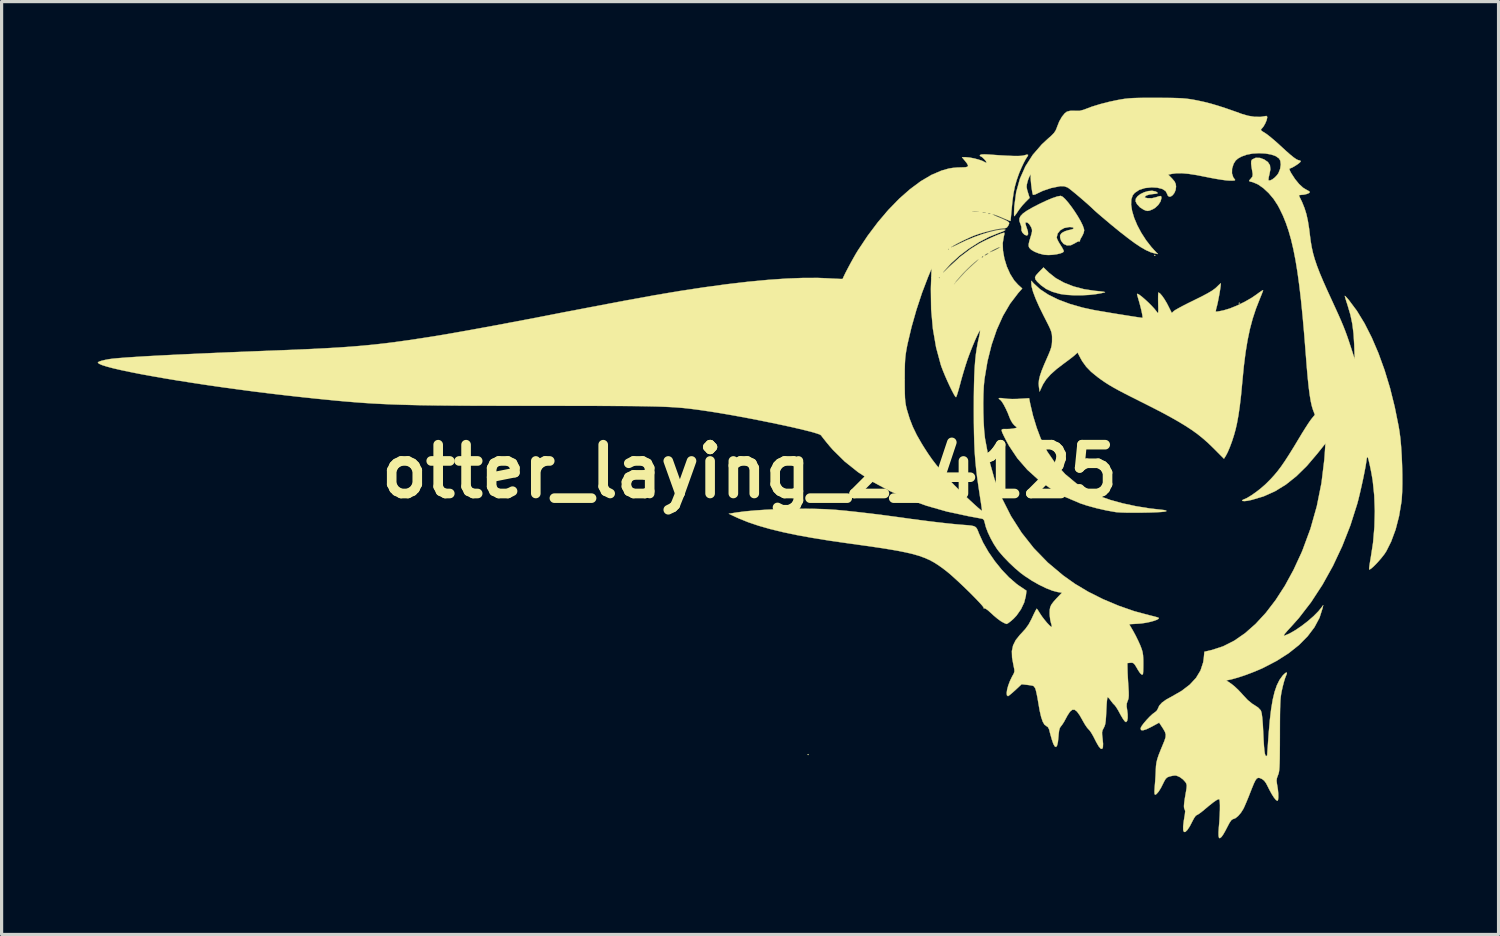
<source format=kicad_pcb>
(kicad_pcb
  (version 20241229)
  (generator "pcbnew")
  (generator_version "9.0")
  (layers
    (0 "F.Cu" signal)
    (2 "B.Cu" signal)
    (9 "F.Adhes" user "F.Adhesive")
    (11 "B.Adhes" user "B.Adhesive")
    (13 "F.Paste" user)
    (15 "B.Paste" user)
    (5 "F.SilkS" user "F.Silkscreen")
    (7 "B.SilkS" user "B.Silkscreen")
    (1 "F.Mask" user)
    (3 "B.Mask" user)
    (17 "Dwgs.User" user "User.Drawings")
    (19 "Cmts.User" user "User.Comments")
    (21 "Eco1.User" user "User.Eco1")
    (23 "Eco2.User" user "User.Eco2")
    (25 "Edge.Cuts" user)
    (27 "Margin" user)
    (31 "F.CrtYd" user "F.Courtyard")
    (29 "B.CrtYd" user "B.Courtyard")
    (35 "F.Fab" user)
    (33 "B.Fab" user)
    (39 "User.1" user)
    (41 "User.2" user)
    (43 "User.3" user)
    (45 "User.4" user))
  (footprint "otter_laying_2_4125"
    (layer "F.Cu")
    (at 20.357 11.67)
    (property "Reference" "otter_laying_2_4125" (at 0 0 0) (layer "F.SilkS") (effects (font (size 1.524 1.524) (thickness 0.3))))
    (attr through_hole)
    (fp_poly (pts (xy 1.841 8.842) (xy 1.826 8.858) (xy 1.81 8.842) (xy 1.826 8.826) (xy 1.841 8.842)) (stroke (width 0.01) (type solid)) (fill yes) (layer "F.SilkS"))
    (fp_poly (pts (xy 12.668 -6.747) (xy 12.652 -6.731) (xy 12.636 -6.747) (xy 12.652 -6.763) (xy 12.668 -6.747)) (stroke (width 0.01) (type solid)) (fill yes) (layer "F.SilkS"))
    (fp_poly (pts (xy 15.303 -5.255) (xy 15.288 -5.239) (xy 15.272 -5.255) (xy 15.288 -5.271) (xy 15.303 -5.255)) (stroke (width 0.01) (type solid)) (fill yes) (layer "F.SilkS"))
    (fp_poly (pts (xy 9.348 -6.203) (xy 9.557 -6.037) (xy 9.817 -5.893) (xy 10.116 -5.776) (xy 10.442 -5.69) (xy 10.785 -5.638) (xy 10.836 -5.634) (xy 10.958 -5.622) (xy 11.049 -5.61) (xy 11.096 -5.6) (xy 11.099 -5.596) (xy 11.062 -5.584) (xy 10.978 -5.565) (xy 10.863 -5.544) (xy 10.82 -5.537) (xy 10.607 -5.512) (xy 10.369 -5.5) (xy 10.127 -5.5) (xy 9.901 -5.513) (xy 9.714 -5.538) (xy 9.689 -5.543) (xy 9.451 -5.61) (xy 9.258 -5.699) (xy 9.094 -5.817) (xy 9.083 -5.828) (xy 8.979 -5.926) (xy 8.923 -5.999) (xy 8.912 -6.061) (xy 8.945 -6.126) (xy 9.02 -6.209) (xy 9.03 -6.22) (xy 9.176 -6.369) (xy 9.348 -6.203)) (stroke (width 0.01) (type solid)) (fill yes) (layer "F.SilkS"))
    (fp_poly (pts (xy 12.675 -8.742) (xy 12.715 -8.72) (xy 12.742 -8.695) (xy 12.731 -8.68) (xy 12.674 -8.669) (xy 12.593 -8.661) (xy 12.481 -8.645) (xy 12.394 -8.618) (xy 12.363 -8.598) (xy 12.338 -8.566) (xy 12.356 -8.547) (xy 12.427 -8.532) (xy 12.431 -8.531) (xy 12.558 -8.53) (xy 12.68 -8.558) (xy 12.779 -8.59) (xy 12.832 -8.599) (xy 12.854 -8.583) (xy 12.859 -8.54) (xy 12.859 -8.537) (xy 12.832 -8.432) (xy 12.761 -8.323) (xy 12.662 -8.23) (xy 12.592 -8.188) (xy 12.497 -8.148) (xy 12.432 -8.134) (xy 12.372 -8.144) (xy 12.303 -8.173) (xy 12.189 -8.246) (xy 12.097 -8.345) (xy 12.052 -8.433) (xy 12.058 -8.513) (xy 12.113 -8.591) (xy 12.205 -8.661) (xy 12.321 -8.717) (xy 12.446 -8.753) (xy 12.569 -8.763) (xy 12.675 -8.742)) (stroke (width 0.01) (type solid)) (fill yes) (layer "F.SilkS"))
    (fp_poly (pts (xy 7.882 -2.288) (xy 7.945 -2.278) (xy 8.054 -2.266) (xy 8.2 -2.261) (xy 8.358 -2.263) (xy 8.419 -2.267) (xy 8.727 -2.286) (xy 8.763 -2.103) (xy 8.849 -1.738) (xy 8.963 -1.365) (xy 9.088 -1.032) (xy 9.294 -0.62) (xy 9.55 -0.247) (xy 9.853 0.085) (xy 10.199 0.373) (xy 10.588 0.615) (xy 10.929 0.773) (xy 11.264 0.892) (xy 11.647 0.997) (xy 12.062 1.086) (xy 12.496 1.156) (xy 12.823 1.193) (xy 12.942 1.207) (xy 13.004 1.221) (xy 13.015 1.237) (xy 13.002 1.246) (xy 12.951 1.257) (xy 12.848 1.267) (xy 12.703 1.275) (xy 12.529 1.282) (xy 12.335 1.286) (xy 12.134 1.289) (xy 11.936 1.289) (xy 11.753 1.287) (xy 11.596 1.282) (xy 11.475 1.274) (xy 11.432 1.27) (xy 11.139 1.218) (xy 10.824 1.146) (xy 10.52 1.062) (xy 10.327 0.998) (xy 9.861 0.8) (xy 9.427 0.556) (xy 9.028 0.27) (xy 8.671 -0.053) (xy 8.361 -0.41) (xy 8.103 -0.796) (xy 8.012 -0.964) (xy 7.936 -1.113) (xy 7.889 -1.214) (xy 7.869 -1.277) (xy 7.877 -1.31) (xy 7.912 -1.323) (xy 7.976 -1.324) (xy 8.011 -1.323) (xy 8.126 -1.326) (xy 8.229 -1.337) (xy 8.264 -1.344) (xy 8.353 -1.367) (xy 8.264 -1.442) (xy 8.201 -1.517) (xy 8.142 -1.623) (xy 8.115 -1.687) (xy 8.062 -1.824) (xy 7.999 -1.961) (xy 7.935 -2.084) (xy 7.877 -2.178) (xy 7.832 -2.23) (xy 7.823 -2.235) (xy 7.783 -2.267) (xy 7.779 -2.281) (xy 7.807 -2.292) (xy 7.882 -2.288)) (stroke (width 0.01) (type solid)) (fill yes) (layer "F.SilkS"))
    (fp_poly (pts (xy 2.038 1.169) (xy 2.382 1.18) (xy 2.686 1.2) (xy 2.715 1.202) (xy 3.041 1.233) (xy 3.411 1.273) (xy 3.804 1.319) (xy 4.201 1.369) (xy 4.584 1.42) (xy 4.758 1.444) (xy 5.048 1.485) (xy 5.354 1.525) (xy 5.661 1.564) (xy 5.957 1.599) (xy 6.227 1.629) (xy 6.46 1.652) (xy 6.62 1.666) (xy 6.796 1.679) (xy 6.92 1.692) (xy 7.004 1.71) (xy 7.059 1.74) (xy 7.096 1.785) (xy 7.128 1.854) (xy 7.16 1.937) (xy 7.288 2.22) (xy 7.456 2.513) (xy 7.655 2.801) (xy 7.873 3.072) (xy 8.102 3.312) (xy 8.33 3.509) (xy 8.417 3.572) (xy 8.644 3.724) (xy 8.625 3.886) (xy 8.573 4.093) (xy 8.473 4.304) (xy 8.334 4.501) (xy 8.242 4.599) (xy 8.152 4.678) (xy 8.076 4.736) (xy 8.029 4.762) (xy 8.025 4.763) (xy 7.975 4.746) (xy 7.895 4.705) (xy 7.841 4.673) (xy 7.743 4.602) (xy 7.629 4.507) (xy 7.531 4.417) (xy 7.444 4.339) (xy 7.373 4.288) (xy 7.33 4.273) (xy 7.328 4.274) (xy 7.307 4.277) (xy 7.312 4.264) (xy 7.297 4.233) (xy 7.242 4.165) (xy 7.154 4.069) (xy 7.041 3.951) (xy 6.909 3.817) (xy 6.765 3.676) (xy 6.617 3.534) (xy 6.471 3.398) (xy 6.336 3.275) (xy 6.217 3.172) (xy 6.155 3.121) (xy 6.014 3.013) (xy 5.88 2.919) (xy 5.747 2.835) (xy 5.608 2.761) (xy 5.458 2.696) (xy 5.292 2.636) (xy 5.102 2.581) (xy 4.885 2.53) (xy 4.633 2.479) (xy 4.342 2.429) (xy 4.005 2.376) (xy 3.617 2.32) (xy 3.172 2.258) (xy 3.143 2.254) (xy 2.531 2.167) (xy 1.978 2.078) (xy 1.48 1.988) (xy 1.033 1.894) (xy 0.632 1.796) (xy 0.273 1.693) (xy -0.047 1.585) (xy -0.334 1.469) (xy -0.429 1.426) (xy -0.651 1.321) (xy -0.407 1.282) (xy -0.144 1.248) (xy 0.169 1.219) (xy 0.52 1.196) (xy 0.895 1.179) (xy 1.282 1.169) (xy 1.667 1.165) (xy 2.038 1.169)) (stroke (width 0.01) (type solid)) (fill yes) (layer "F.SilkS"))
    (fp_poly (pts (xy 9.772 -8.578) (xy 9.852 -8.505) (xy 9.947 -8.396) (xy 10.05 -8.262) (xy 10.154 -8.113) (xy 10.252 -7.959) (xy 10.337 -7.811) (xy 10.402 -7.678) (xy 10.439 -7.571) (xy 10.446 -7.524) (xy 10.428 -7.443) (xy 10.384 -7.349) (xy 10.369 -7.325) (xy 10.327 -7.251) (xy 10.311 -7.199) (xy 10.314 -7.189) (xy 10.313 -7.179) (xy 10.3 -7.185) (xy 10.255 -7.18) (xy 10.184 -7.144) (xy 10.159 -7.127) (xy 10.031 -7.063) (xy 9.909 -7.057) (xy 9.804 -7.104) (xy 9.727 -7.201) (xy 9.697 -7.291) (xy 9.694 -7.37) (xy 9.731 -7.429) (xy 9.76 -7.453) (xy 9.843 -7.498) (xy 9.952 -7.533) (xy 9.987 -7.539) (xy 10.083 -7.564) (xy 10.119 -7.593) (xy 10.096 -7.619) (xy 10.014 -7.63) (xy 9.974 -7.63) (xy 9.821 -7.6) (xy 9.698 -7.529) (xy 9.618 -7.428) (xy 9.588 -7.304) (xy 9.606 -7.248) (xy 9.65 -7.161) (xy 9.7 -7.08) (xy 9.758 -6.987) (xy 9.798 -6.911) (xy 9.811 -6.874) (xy 9.782 -6.839) (xy 9.704 -6.808) (xy 9.593 -6.782) (xy 9.463 -6.764) (xy 9.331 -6.757) (xy 9.21 -6.764) (xy 9.184 -6.768) (xy 9.037 -6.805) (xy 8.901 -6.859) (xy 8.793 -6.922) (xy 8.731 -6.986) (xy 8.73 -6.987) (xy 8.713 -7.036) (xy 8.714 -7.098) (xy 8.734 -7.19) (xy 8.765 -7.292) (xy 8.801 -7.412) (xy 8.818 -7.491) (xy 8.818 -7.548) (xy 8.801 -7.601) (xy 8.785 -7.637) (xy 8.73 -7.723) (xy 8.672 -7.772) (xy 8.623 -7.774) (xy 8.615 -7.768) (xy 8.614 -7.73) (xy 8.635 -7.656) (xy 8.648 -7.621) (xy 8.689 -7.493) (xy 8.695 -7.407) (xy 8.666 -7.368) (xy 8.652 -7.366) (xy 8.583 -7.392) (xy 8.522 -7.453) (xy 8.488 -7.525) (xy 8.488 -7.563) (xy 8.486 -7.634) (xy 8.459 -7.722) (xy 8.455 -7.731) (xy 8.424 -7.819) (xy 8.424 -7.898) (xy 8.46 -7.975) (xy 8.536 -8.054) (xy 8.657 -8.14) (xy 8.829 -8.239) (xy 9.04 -8.348) (xy 9.265 -8.455) (xy 9.456 -8.535) (xy 9.606 -8.585) (xy 9.71 -8.604) (xy 9.714 -8.604) (xy 9.772 -8.578)) (stroke (width 0.01) (type solid)) (fill yes) (layer "F.SilkS"))
    (fp_poly (pts (xy 8.867 -5.874) (xy 9.068 -5.689) (xy 9.326 -5.519) (xy 9.637 -5.365) (xy 9.997 -5.23) (xy 10.402 -5.114) (xy 10.716 -5.046) (xy 10.81 -5.028) (xy 10.947 -5.005) (xy 11.113 -4.977) (xy 11.3 -4.945) (xy 11.496 -4.913) (xy 11.691 -4.882) (xy 11.873 -4.853) (xy 12.033 -4.828) (xy 12.159 -4.809) (xy 12.241 -4.797) (xy 12.267 -4.794) (xy 12.271 -4.822) (xy 12.26 -4.898) (xy 12.238 -5.005) (xy 12.208 -5.132) (xy 12.173 -5.262) (xy 12.16 -5.307) (xy 12.129 -5.415) (xy 12.106 -5.498) (xy 12.097 -5.538) (xy 12.097 -5.539) (xy 12.117 -5.545) (xy 12.172 -5.513) (xy 12.252 -5.452) (xy 12.347 -5.37) (xy 12.45 -5.275) (xy 12.55 -5.175) (xy 12.638 -5.08) (xy 12.705 -4.996) (xy 12.713 -4.985) (xy 12.736 -4.953) (xy 12.751 -4.946) (xy 12.759 -4.974) (xy 12.761 -5.044) (xy 12.759 -5.164) (xy 12.757 -5.247) (xy 12.755 -5.385) (xy 12.756 -5.497) (xy 12.76 -5.568) (xy 12.765 -5.588) (xy 12.81 -5.561) (xy 12.874 -5.49) (xy 12.948 -5.385) (xy 13.024 -5.259) (xy 13.065 -5.18) (xy 13.182 -4.947) (xy 13.25 -5.011) (xy 13.3 -5.044) (xy 13.396 -5.099) (xy 13.53 -5.171) (xy 13.691 -5.253) (xy 13.869 -5.34) (xy 13.882 -5.347) (xy 14.119 -5.464) (xy 14.303 -5.562) (xy 14.441 -5.644) (xy 14.537 -5.714) (xy 14.573 -5.746) (xy 14.644 -5.815) (xy 14.694 -5.862) (xy 14.711 -5.874) (xy 14.712 -5.845) (xy 14.704 -5.769) (xy 14.688 -5.659) (xy 14.667 -5.531) (xy 14.642 -5.4) (xy 14.618 -5.278) (xy 14.596 -5.182) (xy 14.59 -5.161) (xy 14.566 -5.069) (xy 14.556 -5.006) (xy 14.557 -4.99) (xy 14.592 -4.99) (xy 14.672 -5.003) (xy 14.781 -5.025) (xy 14.796 -5.028) (xy 14.997 -5.088) (xy 15.225 -5.181) (xy 15.458 -5.295) (xy 15.676 -5.42) (xy 15.825 -5.522) (xy 15.92 -5.592) (xy 15.992 -5.64) (xy 16.031 -5.659) (xy 16.034 -5.657) (xy 16.022 -5.619) (xy 15.991 -5.538) (xy 15.946 -5.427) (xy 15.925 -5.375) (xy 15.808 -5.076) (xy 15.707 -4.769) (xy 15.621 -4.446) (xy 15.548 -4.096) (xy 15.485 -3.712) (xy 15.431 -3.283) (xy 15.384 -2.8) (xy 15.382 -2.778) (xy 15.345 -2.384) (xy 15.305 -2.044) (xy 15.263 -1.751) (xy 15.216 -1.495) (xy 15.175 -1.315) (xy 15.124 -1.131) (xy 15.062 -0.938) (xy 14.994 -0.756) (xy 14.928 -0.601) (xy 14.87 -0.49) (xy 14.87 -0.49) (xy 14.811 -0.397) (xy 14.478 -0.731) (xy 14.32 -0.884) (xy 14.158 -1.027) (xy 13.988 -1.164) (xy 13.801 -1.298) (xy 13.592 -1.434) (xy 13.354 -1.577) (xy 13.081 -1.73) (xy 12.766 -1.898) (xy 12.402 -2.084) (xy 12.192 -2.189) (xy 11.918 -2.327) (xy 11.692 -2.442) (xy 11.506 -2.54) (xy 11.351 -2.626) (xy 11.219 -2.704) (xy 11.1 -2.78) (xy 10.986 -2.858) (xy 10.868 -2.944) (xy 10.867 -2.945) (xy 10.665 -3.109) (xy 10.51 -3.269) (xy 10.386 -3.441) (xy 10.329 -3.542) (xy 10.24 -3.712) (xy 10.16 -3.638) (xy 10.1 -3.587) (xy 10.003 -3.512) (xy 9.887 -3.425) (xy 9.827 -3.381) (xy 9.588 -3.199) (xy 9.402 -3.033) (xy 9.263 -2.878) (xy 9.165 -2.727) (xy 9.143 -2.683) (xy 9.055 -2.492) (xy 9.034 -2.635) (xy 9.026 -2.743) (xy 9.036 -2.857) (xy 9.067 -2.988) (xy 9.121 -3.148) (xy 9.202 -3.347) (xy 9.262 -3.483) (xy 9.335 -3.651) (xy 9.386 -3.776) (xy 9.418 -3.873) (xy 9.436 -3.958) (xy 9.443 -4.044) (xy 9.444 -4.119) (xy 9.444 -4.203) (xy 9.439 -4.273) (xy 9.425 -4.341) (xy 9.399 -4.418) (xy 9.356 -4.515) (xy 9.292 -4.644) (xy 9.204 -4.817) (xy 9.187 -4.849) (xy 9.043 -5.141) (xy 8.931 -5.394) (xy 8.851 -5.606) (xy 8.806 -5.772) (xy 8.796 -5.869) (xy 8.797 -5.953) (xy 8.867 -5.874)) (stroke (width 0.01) (type solid)) (fill yes) (layer "F.SilkS"))
    (fp_poly (pts (xy 12.716 -11.665) (xy 12.98 -11.664) (xy 13.192 -11.662) (xy 13.362 -11.657) (xy 13.503 -11.651) (xy 13.624 -11.64) (xy 13.738 -11.626) (xy 13.854 -11.607) (xy 13.986 -11.582) (xy 13.989 -11.581) (xy 14.193 -11.537) (xy 14.402 -11.484) (xy 14.629 -11.417) (xy 14.884 -11.334) (xy 15.179 -11.231) (xy 15.365 -11.163) (xy 15.565 -11.105) (xy 15.767 -11.073) (xy 15.952 -11.07) (xy 16.073 -11.089) (xy 16.136 -11.1) (xy 16.159 -11.077) (xy 16.161 -11.048) (xy 16.143 -10.967) (xy 16.099 -10.864) (xy 16.042 -10.765) (xy 15.988 -10.701) (xy 15.964 -10.673) (xy 15.976 -10.644) (xy 16.032 -10.604) (xy 16.08 -10.576) (xy 16.158 -10.523) (xy 16.267 -10.437) (xy 16.395 -10.329) (xy 16.528 -10.211) (xy 16.55 -10.19) (xy 16.734 -10.021) (xy 16.878 -9.894) (xy 16.989 -9.804) (xy 17.072 -9.747) (xy 17.13 -9.72) (xy 17.156 -9.716) (xy 17.201 -9.699) (xy 17.209 -9.683) (xy 17.183 -9.649) (xy 17.12 -9.598) (xy 17.037 -9.543) (xy 16.953 -9.494) (xy 16.887 -9.465) (xy 16.868 -9.461) (xy 16.853 -9.441) (xy 16.875 -9.378) (xy 16.911 -9.311) (xy 17.03 -9.128) (xy 17.157 -8.973) (xy 17.282 -8.858) (xy 17.368 -8.805) (xy 17.444 -8.764) (xy 17.489 -8.731) (xy 17.493 -8.723) (xy 17.466 -8.692) (xy 17.397 -8.663) (xy 17.307 -8.642) (xy 17.236 -8.636) (xy 17.173 -8.629) (xy 17.152 -8.613) (xy 17.152 -8.612) (xy 17.25 -8.411) (xy 17.326 -8.223) (xy 17.385 -8.034) (xy 17.431 -7.825) (xy 17.47 -7.58) (xy 17.494 -7.382) (xy 17.52 -7.182) (xy 17.552 -6.995) (xy 17.593 -6.812) (xy 17.646 -6.625) (xy 17.714 -6.425) (xy 17.799 -6.202) (xy 17.906 -5.948) (xy 18.036 -5.655) (xy 18.169 -5.366) (xy 18.291 -5.1) (xy 18.391 -4.88) (xy 18.472 -4.695) (xy 18.54 -4.533) (xy 18.599 -4.383) (xy 18.654 -4.234) (xy 18.709 -4.074) (xy 18.769 -3.891) (xy 18.77 -3.889) (xy 18.893 -3.508) (xy 18.879 -3.953) (xy 18.858 -4.297) (xy 18.82 -4.602) (xy 18.76 -4.889) (xy 18.674 -5.18) (xy 18.67 -5.194) (xy 18.63 -5.317) (xy 18.601 -5.414) (xy 18.586 -5.472) (xy 18.585 -5.483) (xy 18.608 -5.465) (xy 18.659 -5.411) (xy 18.711 -5.35) (xy 18.962 -5.014) (xy 19.201 -4.622) (xy 19.426 -4.178) (xy 19.635 -3.69) (xy 19.826 -3.163) (xy 19.996 -2.605) (xy 20.142 -2.019) (xy 20.264 -1.414) (xy 20.291 -1.25) (xy 20.319 -1.039) (xy 20.342 -0.785) (xy 20.36 -0.501) (xy 20.373 -0.201) (xy 20.38 0.099) (xy 20.381 0.386) (xy 20.375 0.645) (xy 20.362 0.862) (xy 20.354 0.944) (xy 20.279 1.395) (xy 20.171 1.814) (xy 20.031 2.192) (xy 19.881 2.491) (xy 19.82 2.584) (xy 19.739 2.688) (xy 19.647 2.796) (xy 19.554 2.897) (xy 19.469 2.981) (xy 19.399 3.04) (xy 19.355 3.064) (xy 19.345 3.059) (xy 19.345 3.014) (xy 19.357 2.922) (xy 19.377 2.797) (xy 19.395 2.694) (xy 19.467 2.226) (xy 19.509 1.734) (xy 19.522 1.237) (xy 19.504 0.751) (xy 19.457 0.294) (xy 19.418 0.064) (xy 19.387 -0.095) (xy 19.356 -0.237) (xy 19.33 -0.347) (xy 19.312 -0.411) (xy 19.311 -0.413) (xy 19.293 -0.451) (xy 19.28 -0.447) (xy 19.268 -0.393) (xy 19.258 -0.318) (xy 19.235 -0.172) (xy 19.199 0.019) (xy 19.155 0.237) (xy 19.105 0.466) (xy 19.054 0.689) (xy 19.005 0.889) (xy 18.972 1.013) (xy 18.759 1.684) (xy 18.504 2.333) (xy 18.212 2.954) (xy 17.886 3.54) (xy 17.53 4.085) (xy 17.148 4.58) (xy 16.903 4.854) (xy 16.787 4.98) (xy 16.714 5.066) (xy 16.682 5.115) (xy 16.688 5.13) (xy 16.701 5.128) (xy 16.855 5.064) (xy 17.035 4.961) (xy 17.229 4.83) (xy 17.423 4.681) (xy 17.603 4.525) (xy 17.756 4.371) (xy 17.84 4.27) (xy 17.911 4.175) (xy 17.892 4.264) (xy 17.796 4.567) (xy 17.638 4.863) (xy 17.423 5.148) (xy 17.153 5.42) (xy 16.83 5.677) (xy 16.457 5.915) (xy 16.037 6.133) (xy 15.913 6.189) (xy 15.692 6.28) (xy 15.464 6.365) (xy 15.248 6.436) (xy 15.063 6.488) (xy 15.006 6.501) (xy 14.884 6.526) (xy 15.046 6.636) (xy 15.142 6.713) (xy 15.257 6.821) (xy 15.369 6.94) (xy 15.4 6.976) (xy 15.555 7.141) (xy 15.703 7.261) (xy 15.758 7.294) (xy 15.877 7.372) (xy 15.955 7.455) (xy 15.967 7.476) (xy 15.989 7.556) (xy 16.008 7.698) (xy 16.025 7.902) (xy 16.037 8.143) (xy 16.049 8.39) (xy 16.061 8.579) (xy 16.074 8.718) (xy 16.088 8.811) (xy 16.105 8.866) (xy 16.125 8.889) (xy 16.133 8.89) (xy 16.16 8.866) (xy 16.161 8.859) (xy 16.163 8.819) (xy 16.169 8.726) (xy 16.179 8.588) (xy 16.191 8.417) (xy 16.205 8.222) (xy 16.21 8.152) (xy 16.245 7.753) (xy 16.286 7.412) (xy 16.335 7.123) (xy 16.393 6.881) (xy 16.462 6.681) (xy 16.543 6.516) (xy 16.638 6.383) (xy 16.66 6.358) (xy 16.73 6.293) (xy 16.77 6.278) (xy 16.776 6.311) (xy 16.746 6.385) (xy 16.719 6.456) (xy 16.684 6.569) (xy 16.648 6.707) (xy 16.63 6.786) (xy 16.611 6.873) (xy 16.596 6.956) (xy 16.584 7.044) (xy 16.575 7.143) (xy 16.569 7.263) (xy 16.564 7.412) (xy 16.561 7.596) (xy 16.559 7.826) (xy 16.558 8.107) (xy 16.558 8.223) (xy 16.557 8.524) (xy 16.555 8.769) (xy 16.553 8.964) (xy 16.549 9.116) (xy 16.544 9.232) (xy 16.537 9.32) (xy 16.528 9.385) (xy 16.516 9.435) (xy 16.501 9.477) (xy 16.497 9.487) (xy 16.464 9.578) (xy 16.454 9.658) (xy 16.466 9.758) (xy 16.474 9.802) (xy 16.495 9.934) (xy 16.507 10.063) (xy 16.508 10.175) (xy 16.5 10.254) (xy 16.481 10.287) (xy 16.48 10.287) (xy 16.435 10.259) (xy 16.373 10.184) (xy 16.301 10.07) (xy 16.224 9.929) (xy 16.192 9.864) (xy 16.127 9.738) (xy 16.068 9.657) (xy 16.003 9.607) (xy 15.982 9.596) (xy 15.924 9.572) (xy 15.876 9.568) (xy 15.835 9.591) (xy 15.793 9.648) (xy 15.745 9.746) (xy 15.685 9.892) (xy 15.639 10.009) (xy 15.576 10.169) (xy 15.512 10.324) (xy 15.456 10.454) (xy 15.417 10.537) (xy 15.342 10.656) (xy 15.254 10.759) (xy 15.165 10.83) (xy 15.089 10.858) (xy 15.087 10.859) (xy 15.042 10.889) (xy 14.981 10.978) (xy 14.912 11.11) (xy 14.849 11.231) (xy 14.789 11.335) (xy 14.741 11.404) (xy 14.73 11.416) (xy 14.684 11.452) (xy 14.661 11.444) (xy 14.649 11.416) (xy 14.642 11.358) (xy 14.642 11.259) (xy 14.65 11.139) (xy 14.65 11.134) (xy 14.667 10.939) (xy 14.678 10.748) (xy 14.685 10.573) (xy 14.686 10.424) (xy 14.681 10.312) (xy 14.67 10.247) (xy 14.664 10.236) (xy 14.63 10.237) (xy 14.568 10.27) (xy 14.474 10.336) (xy 14.343 10.44) (xy 14.194 10.565) (xy 14.098 10.643) (xy 14.017 10.701) (xy 13.965 10.73) (xy 13.958 10.732) (xy 13.925 10.758) (xy 13.877 10.828) (xy 13.828 10.919) (xy 13.742 11.085) (xy 13.667 11.197) (xy 13.607 11.255) (xy 13.564 11.258) (xy 13.539 11.205) (xy 13.537 11.094) (xy 13.542 11.038) (xy 13.558 10.907) (xy 13.578 10.781) (xy 13.59 10.717) (xy 13.601 10.607) (xy 13.583 10.55) (xy 13.567 10.513) (xy 13.562 10.45) (xy 13.57 10.352) (xy 13.59 10.209) (xy 13.623 10.013) (xy 13.624 10.013) (xy 13.643 9.891) (xy 13.649 9.812) (xy 13.639 9.757) (xy 13.613 9.707) (xy 13.609 9.702) (xy 13.533 9.618) (xy 13.434 9.545) (xy 13.334 9.501) (xy 13.287 9.494) (xy 13.214 9.502) (xy 13.12 9.523) (xy 13.112 9.525) (xy 13.044 9.551) (xy 12.993 9.597) (xy 12.945 9.678) (xy 12.914 9.741) (xy 12.84 9.887) (xy 12.768 10.002) (xy 12.704 10.074) (xy 12.661 10.097) (xy 12.645 10.071) (xy 12.641 9.992) (xy 12.649 9.856) (xy 12.652 9.819) (xy 12.665 9.656) (xy 12.676 9.482) (xy 12.683 9.334) (xy 12.683 9.319) (xy 12.689 9.2) (xy 12.703 9.094) (xy 12.729 8.986) (xy 12.77 8.861) (xy 12.832 8.704) (xy 12.895 8.552) (xy 12.955 8.405) (xy 12.988 8.299) (xy 12.993 8.214) (xy 12.969 8.133) (xy 12.916 8.039) (xy 12.872 7.971) (xy 12.788 7.844) (xy 12.544 7.976) (xy 12.39 8.051) (xy 12.283 8.084) (xy 12.223 8.076) (xy 12.209 8.026) (xy 12.214 8.005) (xy 12.246 7.945) (xy 12.312 7.857) (xy 12.398 7.757) (xy 12.492 7.658) (xy 12.579 7.577) (xy 12.645 7.528) (xy 12.646 7.528) (xy 12.712 7.473) (xy 12.745 7.415) (xy 12.791 7.313) (xy 12.88 7.216) (xy 13.018 7.118) (xy 13.172 7.035) (xy 13.489 6.853) (xy 13.745 6.657) (xy 13.941 6.445) (xy 14.08 6.214) (xy 14.162 5.964) (xy 14.182 5.827) (xy 14.2 5.631) (xy 14.426 5.578) (xy 14.781 5.463) (xy 15.13 5.287) (xy 15.47 5.052) (xy 15.801 4.76) (xy 16.12 4.414) (xy 16.425 4.016) (xy 16.714 3.569) (xy 16.984 3.074) (xy 17.234 2.533) (xy 17.265 2.459) (xy 17.513 1.787) (xy 17.711 1.085) (xy 17.856 0.363) (xy 17.945 -0.367) (xy 17.959 -0.556) (xy 17.98 -0.873) (xy 17.723 -0.551) (xy 17.399 -0.171) (xy 17.074 0.148) (xy 16.744 0.411) (xy 16.404 0.62) (xy 16.051 0.778) (xy 15.678 0.889) (xy 15.545 0.917) (xy 15.454 0.927) (xy 15.394 0.922) (xy 15.376 0.906) (xy 15.407 0.883) (xy 15.438 0.871) (xy 15.536 0.827) (xy 15.666 0.748) (xy 15.812 0.646) (xy 15.961 0.53) (xy 16.098 0.411) (xy 16.132 0.378) (xy 16.26 0.25) (xy 16.377 0.123) (xy 16.488 -0.01) (xy 16.6 -0.158) (xy 16.718 -0.33) (xy 16.849 -0.533) (xy 17 -0.776) (xy 17.144 -1.016) (xy 17.246 -1.185) (xy 17.346 -1.345) (xy 17.435 -1.484) (xy 17.506 -1.588) (xy 17.544 -1.639) (xy 17.65 -1.769) (xy 17.591 -1.924) (xy 17.556 -2.037) (xy 17.523 -2.186) (xy 17.491 -2.375) (xy 17.46 -2.609) (xy 17.43 -2.892) (xy 17.4 -3.229) (xy 17.369 -3.625) (xy 17.368 -3.635) (xy 17.319 -4.262) (xy 17.269 -4.83) (xy 17.218 -5.342) (xy 17.164 -5.804) (xy 17.107 -6.22) (xy 17.046 -6.594) (xy 16.98 -6.931) (xy 16.909 -7.234) (xy 16.831 -7.508) (xy 16.746 -7.757) (xy 16.653 -7.987) (xy 16.55 -8.2) (xy 16.49 -8.312) (xy 16.36 -8.511) (xy 16.207 -8.692) (xy 16.041 -8.846) (xy 15.874 -8.962) (xy 15.716 -9.03) (xy 15.685 -9.038) (xy 15.613 -9.055) (xy 15.596 -9.078) (xy 15.631 -9.122) (xy 15.656 -9.148) (xy 15.701 -9.209) (xy 15.709 -9.284) (xy 15.702 -9.33) (xy 15.674 -9.495) (xy 15.66 -9.608) (xy 15.662 -9.682) (xy 15.679 -9.726) (xy 15.692 -9.74) (xy 15.802 -9.792) (xy 15.936 -9.789) (xy 16.066 -9.741) (xy 16.183 -9.66) (xy 16.247 -9.56) (xy 16.26 -9.431) (xy 16.231 -9.28) (xy 16.208 -9.183) (xy 16.2 -9.112) (xy 16.205 -9.089) (xy 16.25 -9.084) (xy 16.32 -9.117) (xy 16.399 -9.178) (xy 16.471 -9.254) (xy 16.511 -9.311) (xy 16.565 -9.446) (xy 16.586 -9.582) (xy 16.571 -9.701) (xy 16.532 -9.772) (xy 16.431 -9.844) (xy 16.283 -9.896) (xy 16.104 -9.927) (xy 15.908 -9.937) (xy 15.709 -9.926) (xy 15.522 -9.891) (xy 15.361 -9.833) (xy 15.248 -9.77) (xy 15.175 -9.705) (xy 15.12 -9.618) (xy 15.111 -9.601) (xy 15.064 -9.452) (xy 15.061 -9.307) (xy 15.101 -9.184) (xy 15.131 -9.142) (xy 15.158 -9.108) (xy 15.155 -9.09) (xy 15.112 -9.082) (xy 15.018 -9.081) (xy 14.992 -9.081) (xy 14.894 -9.087) (xy 14.749 -9.106) (xy 14.574 -9.134) (xy 14.383 -9.169) (xy 14.264 -9.193) (xy 13.96 -9.253) (xy 13.708 -9.292) (xy 13.5 -9.311) (xy 13.329 -9.31) (xy 13.196 -9.293) (xy 13.072 -9.267) (xy 13.192 -9.144) (xy 13.268 -9.055) (xy 13.305 -8.975) (xy 13.315 -8.894) (xy 13.302 -8.79) (xy 13.264 -8.698) (xy 13.211 -8.627) (xy 13.152 -8.585) (xy 13.096 -8.579) (xy 13.054 -8.618) (xy 13.039 -8.662) (xy 12.99 -8.754) (xy 12.885 -8.821) (xy 12.728 -8.86) (xy 12.554 -8.87) (xy 12.343 -8.848) (xy 12.164 -8.79) (xy 12.026 -8.698) (xy 11.964 -8.624) (xy 11.918 -8.495) (xy 11.912 -8.328) (xy 11.943 -8.132) (xy 12.008 -7.915) (xy 12.104 -7.686) (xy 12.228 -7.453) (xy 12.376 -7.223) (xy 12.544 -7.007) (xy 12.632 -6.91) (xy 12.748 -6.788) (xy 12.636 -6.811) (xy 12.516 -6.847) (xy 12.377 -6.91) (xy 12.216 -7.002) (xy 12.028 -7.127) (xy 11.81 -7.288) (xy 11.556 -7.486) (xy 11.264 -7.725) (xy 11.113 -7.853) (xy 10.992 -7.955) (xy 10.885 -8.047) (xy 10.805 -8.117) (xy 10.761 -8.157) (xy 10.761 -8.157) (xy 10.675 -8.239) (xy 10.563 -8.341) (xy 10.434 -8.454) (xy 10.299 -8.57) (xy 10.171 -8.678) (xy 10.058 -8.77) (xy 9.972 -8.837) (xy 9.928 -8.867) (xy 9.822 -8.905) (xy 9.697 -8.906) (xy 9.684 -8.904) (xy 9.414 -8.849) (xy 9.158 -8.763) (xy 9.023 -8.699) (xy 8.915 -8.647) (xy 8.855 -8.636) (xy 8.843 -8.646) (xy 8.825 -8.725) (xy 8.808 -8.835) (xy 8.792 -8.959) (xy 8.781 -9.079) (xy 8.775 -9.177) (xy 8.778 -9.235) (xy 8.78 -9.242) (xy 8.787 -9.266) (xy 8.768 -9.258) (xy 8.74 -9.217) (xy 8.705 -9.135) (xy 8.682 -9.064) (xy 8.655 -8.959) (xy 8.649 -8.881) (xy 8.664 -8.797) (xy 8.688 -8.716) (xy 8.743 -8.54) (xy 8.611 -8.409) (xy 8.513 -8.302) (xy 8.417 -8.179) (xy 8.379 -8.123) (xy 8.323 -8.04) (xy 8.28 -7.984) (xy 8.263 -7.969) (xy 8.257 -7.999) (xy 8.257 -8.078) (xy 8.261 -8.193) (xy 8.265 -8.279) (xy 8.324 -8.721) (xy 8.44 -9.138) (xy 8.612 -9.526) (xy 8.841 -9.885) (xy 9.125 -10.213) (xy 9.31 -10.384) (xy 9.426 -10.487) (xy 9.503 -10.567) (xy 9.553 -10.64) (xy 9.588 -10.72) (xy 9.603 -10.763) (xy 9.668 -10.927) (xy 9.751 -11.072) (xy 9.841 -11.183) (xy 9.907 -11.233) (xy 10.005 -11.259) (xy 10.142 -11.26) (xy 10.154 -11.259) (xy 10.306 -11.259) (xy 10.443 -11.296) (xy 10.472 -11.308) (xy 10.686 -11.389) (xy 10.947 -11.469) (xy 11.239 -11.544) (xy 11.493 -11.597) (xy 11.613 -11.619) (xy 11.724 -11.636) (xy 11.838 -11.648) (xy 11.965 -11.657) (xy 12.117 -11.662) (xy 12.303 -11.665) (xy 12.535 -11.665) (xy 12.716 -11.665)) (stroke (width 0.01) (type solid)) (fill yes) (layer "F.SilkS"))
    (fp_poly (pts (xy 7.486 -9.894) (xy 7.489 -9.893) (xy 7.793 -9.872) (xy 8.039 -9.858) (xy 8.234 -9.85) (xy 8.382 -9.849) (xy 8.489 -9.854) (xy 8.56 -9.866) (xy 8.575 -9.87) (xy 8.661 -9.893) (xy 8.697 -9.882) (xy 8.679 -9.84) (xy 8.675 -9.835) (xy 8.623 -9.756) (xy 8.558 -9.634) (xy 8.488 -9.486) (xy 8.422 -9.33) (xy 8.403 -9.281) (xy 8.333 -9.08) (xy 8.28 -8.888) (xy 8.24 -8.687) (xy 8.208 -8.456) (xy 8.188 -8.255) (xy 8.173 -8.098) (xy 8.161 -7.965) (xy 8.151 -7.87) (xy 8.145 -7.822) (xy 8.145 -7.819) (xy 8.116 -7.828) (xy 8.042 -7.857) (xy 7.938 -7.9) (xy 7.888 -7.922) (xy 7.768 -7.972) (xy 7.666 -8.01) (xy 7.6 -8.03) (xy 7.588 -8.031) (xy 7.592 -8.021) (xy 7.645 -7.993) (xy 7.735 -7.953) (xy 7.763 -7.942) (xy 7.882 -7.893) (xy 7.985 -7.846) (xy 8.052 -7.812) (xy 8.054 -7.81) (xy 8.099 -7.774) (xy 8.103 -7.735) (xy 8.077 -7.677) (xy 8.032 -7.615) (xy 7.968 -7.591) (xy 7.913 -7.588) (xy 7.817 -7.578) (xy 7.678 -7.553) (xy 7.513 -7.515) (xy 7.34 -7.47) (xy 7.174 -7.421) (xy 7.035 -7.373) (xy 7.018 -7.367) (xy 6.895 -7.315) (xy 6.755 -7.25) (xy 6.611 -7.181) (xy 6.478 -7.113) (xy 6.371 -7.054) (xy 6.302 -7.011) (xy 6.29 -7.001) (xy 6.298 -6.997) (xy 6.353 -7.019) (xy 6.444 -7.062) (xy 6.544 -7.112) (xy 6.772 -7.219) (xy 7.014 -7.319) (xy 7.259 -7.407) (xy 7.493 -7.478) (xy 7.703 -7.529) (xy 7.876 -7.554) (xy 7.93 -7.557) (xy 7.984 -7.549) (xy 7.976 -7.529) (xy 7.908 -7.494) (xy 7.78 -7.447) (xy 7.779 -7.447) (xy 7.474 -7.323) (xy 7.156 -7.155) (xy 6.842 -6.954) (xy 6.55 -6.733) (xy 6.297 -6.502) (xy 6.254 -6.456) (xy 6.141 -6.333) (xy 6.068 -6.25) (xy 6.036 -6.209) (xy 6.046 -6.211) (xy 6.098 -6.257) (xy 6.192 -6.349) (xy 6.227 -6.383) (xy 6.538 -6.67) (xy 7.247 -6.67) (xy 7.251 -6.668) (xy 7.28 -6.69) (xy 7.287 -6.699) (xy 7.295 -6.729) (xy 7.29 -6.731) (xy 7.261 -6.709) (xy 7.255 -6.699) (xy 7.247 -6.67) (xy 6.538 -6.67) (xy 6.562 -6.692) (xy 6.632 -6.745) (xy 7.334 -6.745) (xy 7.358 -6.745) (xy 7.398 -6.763) (xy 7.448 -6.796) (xy 7.461 -6.813) (xy 7.438 -6.812) (xy 7.398 -6.795) (xy 7.348 -6.762) (xy 7.334 -6.745) (xy 6.632 -6.745) (xy 6.76 -6.842) (xy 7.493 -6.842) (xy 7.519 -6.847) (xy 7.586 -6.874) (xy 7.667 -6.912) (xy 7.756 -6.958) (xy 7.814 -6.994) (xy 7.829 -7.009) (xy 7.797 -7.003) (xy 7.729 -6.974) (xy 7.646 -6.934) (xy 7.566 -6.892) (xy 7.509 -6.857) (xy 7.493 -6.842) (xy 6.76 -6.842) (xy 6.901 -6.949) (xy 7.161 -7.111) (xy 7.271 -7.169) (xy 7.402 -7.234) (xy 7.542 -7.299) (xy 7.679 -7.359) (xy 7.8 -7.408) (xy 7.894 -7.442) (xy 7.948 -7.455) (xy 7.955 -7.454) (xy 7.956 -7.418) (xy 7.94 -7.347) (xy 7.936 -7.332) (xy 7.903 -7.127) (xy 7.911 -6.893) (xy 7.955 -6.644) (xy 8.031 -6.397) (xy 8.135 -6.165) (xy 8.261 -5.964) (xy 8.383 -5.829) (xy 8.512 -5.712) (xy 8.383 -5.566) (xy 8.133 -5.238) (xy 7.91 -4.857) (xy 7.717 -4.427) (xy 7.555 -3.953) (xy 7.427 -3.441) (xy 7.335 -2.894) (xy 7.332 -2.873) (xy 7.312 -2.665) (xy 7.3 -2.41) (xy 7.295 -2.127) (xy 7.298 -1.833) (xy 7.307 -1.545) (xy 7.323 -1.281) (xy 7.346 -1.057) (xy 7.349 -1.032) (xy 7.471 -0.378) (xy 7.647 0.244) (xy 7.877 0.835) (xy 8.159 1.392) (xy 8.492 1.913) (xy 8.875 2.398) (xy 9.307 2.843) (xy 9.788 3.247) (xy 10.161 3.512) (xy 10.577 3.76) (xy 11.036 3.99) (xy 11.521 4.194) (xy 12.011 4.365) (xy 12.488 4.493) (xy 12.494 4.494) (xy 12.615 4.524) (xy 12.712 4.55) (xy 12.768 4.57) (xy 12.774 4.574) (xy 12.771 4.6) (xy 12.717 4.632) (xy 12.623 4.666) (xy 12.503 4.699) (xy 12.366 4.727) (xy 12.226 4.747) (xy 12.141 4.754) (xy 11.852 4.771) (xy 11.975 4.981) (xy 12.052 5.123) (xy 12.133 5.288) (xy 12.195 5.425) (xy 12.24 5.541) (xy 12.269 5.639) (xy 12.285 5.742) (xy 12.292 5.87) (xy 12.293 5.99) (xy 12.292 6.128) (xy 12.289 6.242) (xy 12.283 6.317) (xy 12.277 6.339) (xy 12.242 6.344) (xy 12.192 6.298) (xy 12.125 6.197) (xy 12.092 6.139) (xy 12.035 6.044) (xy 11.991 5.993) (xy 11.947 5.974) (xy 11.894 5.975) (xy 11.795 5.985) (xy 11.799 6.175) (xy 11.802 6.289) (xy 11.81 6.443) (xy 11.82 6.613) (xy 11.827 6.719) (xy 11.837 6.885) (xy 11.838 7.001) (xy 11.831 7.083) (xy 11.814 7.144) (xy 11.803 7.168) (xy 11.775 7.249) (xy 11.772 7.341) (xy 11.785 7.429) (xy 11.804 7.578) (xy 11.805 7.702) (xy 11.788 7.788) (xy 11.755 7.826) (xy 11.748 7.826) (xy 11.712 7.8) (xy 11.659 7.728) (xy 11.596 7.623) (xy 11.573 7.581) (xy 11.51 7.464) (xy 11.45 7.367) (xy 11.406 7.306) (xy 11.395 7.295) (xy 11.344 7.243) (xy 11.284 7.166) (xy 11.274 7.152) (xy 11.223 7.086) (xy 11.185 7.05) (xy 11.178 7.048) (xy 11.168 7.078) (xy 11.157 7.16) (xy 11.147 7.282) (xy 11.139 7.433) (xy 11.137 7.476) (xy 11.128 7.659) (xy 11.118 7.792) (xy 11.104 7.887) (xy 11.083 7.956) (xy 11.055 8.013) (xy 11.02 8.081) (xy 11.005 8.146) (xy 11.007 8.23) (xy 11.02 8.338) (xy 11.036 8.506) (xy 11.031 8.615) (xy 11.005 8.665) (xy 10.96 8.654) (xy 10.899 8.583) (xy 10.823 8.451) (xy 10.794 8.393) (xy 10.729 8.266) (xy 10.665 8.156) (xy 10.611 8.081) (xy 10.591 8.061) (xy 10.541 8.005) (xy 10.476 7.911) (xy 10.411 7.799) (xy 10.405 7.788) (xy 10.306 7.613) (xy 10.221 7.497) (xy 10.146 7.44) (xy 10.076 7.442) (xy 10.004 7.501) (xy 9.927 7.617) (xy 9.873 7.717) (xy 9.815 7.824) (xy 9.757 7.913) (xy 9.72 7.96) (xy 9.687 8.008) (xy 9.664 8.087) (xy 9.649 8.209) (xy 9.643 8.282) (xy 9.626 8.452) (xy 9.6 8.559) (xy 9.568 8.605) (xy 9.529 8.587) (xy 9.484 8.508) (xy 9.435 8.365) (xy 9.433 8.357) (xy 9.398 8.235) (xy 9.369 8.126) (xy 9.353 8.059) (xy 9.315 7.985) (xy 9.268 7.952) (xy 9.208 7.909) (xy 9.153 7.815) (xy 9.103 7.668) (xy 9.056 7.465) (xy 9.017 7.239) (xy 8.99 7.078) (xy 8.962 6.938) (xy 8.937 6.831) (xy 8.917 6.77) (xy 8.914 6.764) (xy 8.878 6.717) (xy 8.866 6.701) (xy 8.832 6.69) (xy 8.753 6.676) (xy 8.675 6.666) (xy 8.493 6.645) (xy 8.294 6.831) (xy 8.2 6.915) (xy 8.123 6.979) (xy 8.075 7.014) (xy 8.067 7.017) (xy 8.034 6.99) (xy 8.027 6.918) (xy 8.041 6.812) (xy 8.076 6.684) (xy 8.128 6.546) (xy 8.194 6.409) (xy 8.206 6.388) (xy 8.249 6.31) (xy 8.268 6.25) (xy 8.266 6.184) (xy 8.246 6.086) (xy 8.239 6.054) (xy 8.195 5.812) (xy 8.189 5.609) (xy 8.227 5.432) (xy 8.309 5.267) (xy 8.441 5.103) (xy 8.478 5.064) (xy 8.611 4.918) (xy 8.712 4.778) (xy 8.8 4.614) (xy 8.823 4.564) (xy 8.879 4.445) (xy 8.926 4.352) (xy 8.957 4.296) (xy 8.965 4.286) (xy 8.987 4.311) (xy 9.03 4.376) (xy 9.066 4.435) (xy 9.127 4.527) (xy 9.203 4.627) (xy 9.283 4.724) (xy 9.357 4.802) (xy 9.411 4.85) (xy 9.43 4.858) (xy 9.436 4.832) (xy 9.421 4.766) (xy 9.412 4.739) (xy 9.388 4.639) (xy 9.372 4.511) (xy 9.368 4.425) (xy 9.371 4.321) (xy 9.387 4.236) (xy 9.424 4.157) (xy 9.49 4.069) (xy 9.592 3.955) (xy 9.628 3.918) (xy 9.752 3.787) (xy 9.618 3.766) (xy 9.453 3.723) (xy 9.254 3.644) (xy 9.036 3.538) (xy 8.811 3.41) (xy 8.595 3.268) (xy 8.461 3.169) (xy 8.285 3.02) (xy 8.103 2.848) (xy 7.931 2.67) (xy 7.786 2.501) (xy 7.727 2.424) (xy 7.623 2.264) (xy 7.525 2.085) (xy 7.44 1.905) (xy 7.378 1.742) (xy 7.347 1.623) (xy 7.323 1.531) (xy 7.284 1.486) (xy 7.259 1.477) (xy 7.201 1.466) (xy 7.097 1.446) (xy 6.961 1.421) (xy 6.826 1.396) (xy 6.164 1.254) (xy 5.532 1.074) (xy 4.935 0.859) (xy 4.376 0.612) (xy 3.86 0.333) (xy 3.39 0.025) (xy 2.97 -0.309) (xy 2.605 -0.669) (xy 2.497 -0.792) (xy 2.4 -0.909) (xy 2.317 -1.013) (xy 2.257 -1.09) (xy 2.23 -1.128) (xy 2.189 -1.154) (xy 2.091 -1.188) (xy 1.943 -1.231) (xy 1.751 -1.281) (xy 1.521 -1.336) (xy 1.26 -1.396) (xy 0.973 -1.458) (xy 0.667 -1.522) (xy 0.347 -1.587) (xy 0.021 -1.651) (xy -0.306 -1.712) (xy -0.627 -1.77) (xy -0.937 -1.823) (xy -1.229 -1.87) (xy -1.358 -1.889) (xy -1.513 -1.912) (xy -1.658 -1.932) (xy -1.797 -1.95) (xy -1.933 -1.966) (xy -2.072 -1.981) (xy -2.215 -1.993) (xy -2.369 -2.004) (xy -2.536 -2.013) (xy -2.721 -2.021) (xy -2.928 -2.028) (xy -3.161 -2.033) (xy -3.423 -2.038) (xy -3.72 -2.041) (xy -4.054 -2.043) (xy -4.43 -2.045) (xy -4.852 -2.047) (xy -5.325 -2.047) (xy -5.851 -2.048) (xy -6.435 -2.048) (xy -6.668 -2.048) (xy -7.328 -2.049) (xy -7.93 -2.05) (xy -8.478 -2.051) (xy -8.977 -2.053) (xy -9.432 -2.057) (xy -9.847 -2.061) (xy -10.229 -2.067) (xy -10.58 -2.075) (xy -10.907 -2.084) (xy -11.214 -2.095) (xy -11.506 -2.108) (xy -11.788 -2.123) (xy -12.065 -2.141) (xy -12.341 -2.162) (xy -12.621 -2.185) (xy -12.911 -2.211) (xy -13.215 -2.241) (xy -13.537 -2.273) (xy -13.884 -2.31) (xy -13.944 -2.316) (xy -14.442 -2.371) (xy -14.945 -2.43) (xy -15.448 -2.492) (xy -15.947 -2.558) (xy -16.439 -2.625) (xy -16.919 -2.694) (xy -17.384 -2.764) (xy -17.829 -2.835) (xy -17.969 -2.857) (xy 4.842 -2.857) (xy 4.843 -2.623) (xy 4.846 -2.44) (xy 4.851 -2.298) (xy 4.86 -2.185) (xy 4.874 -2.089) (xy 4.892 -1.999) (xy 4.913 -1.919) (xy 4.997 -1.644) (xy 5.096 -1.39) (xy 5.219 -1.136) (xy 5.374 -0.866) (xy 5.456 -0.734) (xy 5.58 -0.543) (xy 5.698 -0.374) (xy 5.822 -0.212) (xy 5.961 -0.044) (xy 6.126 0.144) (xy 6.282 0.315) (xy 6.376 0.414) (xy 6.492 0.53) (xy 6.621 0.657) (xy 6.756 0.787) (xy 6.889 0.912) (xy 7.013 1.026) (xy 7.119 1.122) (xy 7.2 1.191) (xy 7.248 1.226) (xy 7.257 1.229) (xy 7.254 1.197) (xy 7.243 1.114) (xy 7.225 0.989) (xy 7.201 0.836) (xy 7.189 0.757) (xy 7.141 0.44) (xy 7.101 0.155) (xy 7.07 -0.108) (xy 7.046 -0.363) (xy 7.027 -0.621) (xy 7.015 -0.895) (xy 7.007 -1.195) (xy 7.002 -1.534) (xy 7.001 -1.924) (xy 7.001 -1.953) (xy 7.002 -2.347) (xy 7.007 -2.687) (xy 7.015 -2.981) (xy 7.027 -3.236) (xy 7.044 -3.461) (xy 7.066 -3.666) (xy 7.095 -3.857) (xy 7.13 -4.045) (xy 7.162 -4.188) (xy 7.184 -4.293) (xy 7.196 -4.37) (xy 7.197 -4.403) (xy 7.178 -4.383) (xy 7.14 -4.315) (xy 7.089 -4.209) (xy 7.029 -4.074) (xy 6.965 -3.921) (xy 6.901 -3.761) (xy 6.841 -3.603) (xy 6.801 -3.493) (xy 6.74 -3.306) (xy 6.674 -3.089) (xy 6.611 -2.871) (xy 6.572 -2.723) (xy 6.531 -2.573) (xy 6.494 -2.448) (xy 6.465 -2.359) (xy 6.445 -2.319) (xy 6.443 -2.318) (xy 6.416 -2.345) (xy 6.371 -2.421) (xy 6.312 -2.534) (xy 6.244 -2.673) (xy 6.173 -2.827) (xy 6.103 -2.986) (xy 6.04 -3.139) (xy 5.988 -3.274) (xy 5.969 -3.332) (xy 5.823 -3.872) (xy 5.723 -4.451) (xy 5.668 -5.061) (xy 5.66 -5.695) (xy 5.662 -5.779) (xy 5.664 -5.834) (xy 6.375 -5.834) (xy 6.391 -5.85) (xy 6.446 -5.913) (xy 6.481 -5.953) (xy 6.583 -6.067) (xy 6.697 -6.189) (xy 6.762 -6.256) (xy 6.87 -6.36) (xy 6.993 -6.474) (xy 7.064 -6.536) (xy 7.128 -6.593) (xy 7.15 -6.619) (xy 7.128 -6.61) (xy 7.119 -6.604) (xy 7.031 -6.536) (xy 6.916 -6.433) (xy 6.787 -6.309) (xy 6.658 -6.178) (xy 6.544 -6.053) (xy 6.457 -5.949) (xy 6.448 -5.937) (xy 6.395 -5.863) (xy 6.375 -5.834) (xy 5.664 -5.834) (xy 5.671 -6.048) (xy 5.905 -6.048) (xy 5.921 -6.032) (xy 5.937 -6.048) (xy 5.921 -6.064) (xy 5.905 -6.048) (xy 5.671 -6.048) (xy 5.681 -6.334) (xy 5.569 -6.064) (xy 5.382 -5.574) (xy 5.208 -5.046) (xy 5.055 -4.508) (xy 4.931 -3.984) (xy 4.915 -3.905) (xy 4.89 -3.769) (xy 4.871 -3.644) (xy 4.857 -3.516) (xy 4.849 -3.371) (xy 4.844 -3.196) (xy 4.843 -2.978) (xy 4.842 -2.857) (xy -17.969 -2.857) (xy -18.252 -2.904) (xy -18.647 -2.973) (xy -19.011 -3.039) (xy -19.339 -3.104) (xy -19.629 -3.165) (xy -19.875 -3.222) (xy -20.075 -3.275) (xy -20.223 -3.322) (xy -20.317 -3.364) (xy -20.352 -3.399) (xy -20.352 -3.401) (xy -20.322 -3.425) (xy -20.241 -3.454) (xy -20.119 -3.483) (xy -20.003 -3.505) (xy -19.88 -3.521) (xy -19.696 -3.538) (xy -19.451 -3.557) (xy -19.148 -3.577) (xy -18.788 -3.599) (xy -18.372 -3.621) (xy -17.903 -3.645) (xy -17.381 -3.669) (xy -16.809 -3.695) (xy -16.188 -3.721) (xy -15.519 -3.748) (xy -14.805 -3.776) (xy -14.748 -3.778) (xy -14.195 -3.8) (xy -13.697 -3.822) (xy -13.245 -3.845) (xy -12.831 -3.869) (xy -12.447 -3.896) (xy -12.083 -3.926) (xy -11.732 -3.96) (xy -11.384 -3.999) (xy -11.032 -4.044) (xy -10.667 -4.095) (xy -10.28 -4.153) (xy -9.862 -4.218) (xy -9.747 -4.237) (xy -9.483 -4.281) (xy -9.164 -4.337) (xy -8.798 -4.402) (xy -8.392 -4.476) (xy -7.956 -4.556) (xy -7.495 -4.643) (xy -7.018 -4.733) (xy -6.533 -4.826) (xy -6.128 -4.905) (xy -5.96 -4.938) (xy -5.791 -4.971) (xy -5.612 -5.005) (xy -5.417 -5.042) (xy -5.198 -5.084) (xy -4.949 -5.132) (xy -4.661 -5.186) (xy -4.328 -5.25) (xy -3.942 -5.323) (xy -3.794 -5.35) (xy -2.972 -5.5) (xy -2.184 -5.633) (xy -1.432 -5.747) (xy -0.72 -5.844) (xy -0.052 -5.922) (xy 0.571 -5.981) (xy 1.144 -6.021) (xy 1.666 -6.041) (xy 2.132 -6.042) (xy 2.403 -6.031) (xy 2.573 -6.022) (xy 2.719 -6.015) (xy 2.829 -6.01) (xy 2.893 -6.009) (xy 2.904 -6.01) (xy 2.938 -6.087) (xy 2.995 -6.204) (xy 3.07 -6.348) (xy 3.154 -6.505) (xy 3.24 -6.66) (xy 3.32 -6.8) (xy 3.375 -6.89) (xy 3.406 -6.937) (xy 6.191 -6.937) (xy 6.207 -6.921) (xy 6.223 -6.937) (xy 6.207 -6.953) (xy 6.191 -6.937) (xy 3.406 -6.937) (xy 3.684 -7.355) (xy 4.006 -7.783) (xy 4.225 -8.04) (xy 7.443 -8.04) (xy 7.474 -8.035) (xy 7.516 -8.041) (xy 7.516 -8.052) (xy 7.474 -8.06) (xy 7.455 -8.054) (xy 7.443 -8.04) (xy 4.225 -8.04) (xy 4.256 -8.076) (xy 7.266 -8.076) (xy 7.309 -8.071) (xy 7.318 -8.071) (xy 7.373 -8.074) (xy 7.377 -8.084) (xy 7.375 -8.085) (xy 7.312 -8.092) (xy 7.279 -8.087) (xy 7.266 -8.076) (xy 4.256 -8.076) (xy 4.286 -8.112) (xy 6.941 -8.112) (xy 6.978 -8.107) (xy 7.048 -8.106) (xy 7.127 -8.108) (xy 7.156 -8.113) (xy 7.136 -8.119) (xy 7.033 -8.124) (xy 6.961 -8.119) (xy 6.941 -8.112) (xy 4.286 -8.112) (xy 4.336 -8.17) (xy 4.671 -8.515) (xy 5.008 -8.812) (xy 5.342 -9.06) (xy 5.671 -9.255) (xy 5.992 -9.393) (xy 6.218 -9.457) (xy 6.342 -9.477) (xy 6.492 -9.49) (xy 6.606 -9.493) (xy 6.735 -9.497) (xy 6.805 -9.514) (xy 6.821 -9.552) (xy 6.788 -9.617) (xy 6.729 -9.692) (xy 6.631 -9.811) (xy 6.754 -9.811) (xy 6.871 -9.8) (xy 7.013 -9.773) (xy 7.155 -9.735) (xy 7.273 -9.693) (xy 7.326 -9.666) (xy 7.378 -9.64) (xy 7.398 -9.647) (xy 7.376 -9.691) (xy 7.324 -9.753) (xy 7.264 -9.81) (xy 7.214 -9.841) (xy 7.207 -9.842) (xy 7.188 -9.862) (xy 7.194 -9.878) (xy 7.235 -9.896) (xy 7.331 -9.901) (xy 7.486 -9.894)) (stroke (width 0.01) (type solid)) (fill yes) (layer "F.SilkS")))
  (gr_rect
    (start -3 -3)
    (end 43.742 26.128)
    (stroke (width 0.1) (type default))
    (fill no)
    (layer "Edge.Cuts")))
</source>
